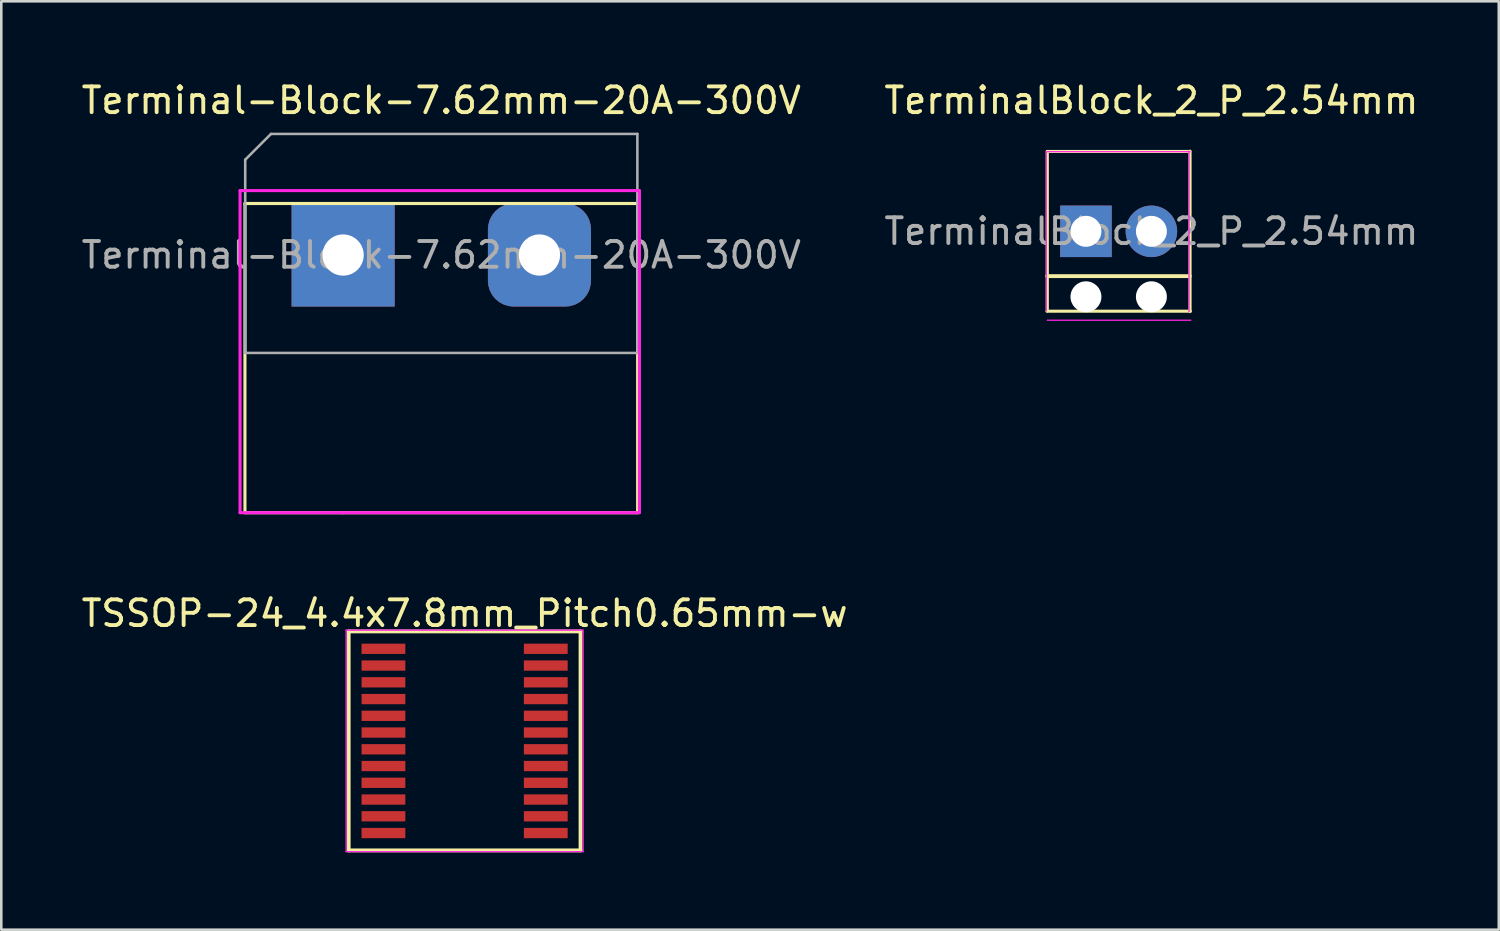
<source format=kicad_pcb>
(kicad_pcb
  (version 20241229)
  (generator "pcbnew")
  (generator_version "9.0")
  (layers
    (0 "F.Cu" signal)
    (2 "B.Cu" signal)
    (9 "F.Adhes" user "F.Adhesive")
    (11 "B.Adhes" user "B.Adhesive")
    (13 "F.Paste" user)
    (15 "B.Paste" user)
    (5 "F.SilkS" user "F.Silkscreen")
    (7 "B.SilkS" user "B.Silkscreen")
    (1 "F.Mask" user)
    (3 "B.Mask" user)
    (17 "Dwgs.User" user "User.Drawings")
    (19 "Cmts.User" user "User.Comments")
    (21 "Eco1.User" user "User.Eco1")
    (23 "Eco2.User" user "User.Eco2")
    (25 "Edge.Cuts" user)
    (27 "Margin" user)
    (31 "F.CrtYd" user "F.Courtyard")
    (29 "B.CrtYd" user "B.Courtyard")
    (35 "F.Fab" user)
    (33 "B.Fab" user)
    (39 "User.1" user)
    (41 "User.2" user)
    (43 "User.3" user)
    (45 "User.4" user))
  (footprint "Terminal-Block-7.62mm-20A-300V"
    (layer "F.Cu")
    (at 10.267 6.848)
    (property "Reference" "Terminal-Block-7.62mm-20A-300V" (at 3.81 -6 0) (layer "F.SilkS") (effects (font (size 1 1) (thickness 0.15))))
    (attr through_hole)
    (fp_line (start -3.81 -2) (end -3.81 10) (stroke (width 0.12) (type solid)) (layer "F.SilkS"))
    (fp_line (start 0 -2) (end -3.81 -2) (stroke (width 0.12) (type solid)) (layer "F.SilkS"))
    (fp_line (start 0 10) (end -3.81 10) (stroke (width 0.12) (type solid)) (layer "F.SilkS"))
    (fp_line (start 11.43 -2) (end 0 -2) (stroke (width 0.12) (type solid)) (layer "F.SilkS"))
    (fp_line (start 11.43 -2) (end 11.43 10) (stroke (width 0.12) (type solid)) (layer "F.SilkS"))
    (fp_line (start 11.43 10) (end 0 10) (stroke (width 0.12) (type solid)) (layer "F.SilkS"))
    (fp_line (start -4 -2.5) (end 11.5 -2.5) (stroke (width 0.12) (type solid)) (layer "F.CrtYd"))
    (fp_line (start -4 10) (end -4 -2.5) (stroke (width 0.12) (type solid)) (layer "F.CrtYd"))
    (fp_line (start 11.5 -2.5) (end 11.5 10) (stroke (width 0.12) (type solid)) (layer "F.CrtYd"))
    (fp_line (start 11.5 10) (end -4 10) (stroke (width 0.12) (type solid)) (layer "F.CrtYd"))
    (fp_line (start -3.8 -3.7) (end -2.8 -4.7) (stroke (width 0.1) (type solid)) (layer "F.Fab"))
    (fp_line (start -3.8 3.8) (end -3.8 -3.7) (stroke (width 0.1) (type solid)) (layer "F.Fab"))
    (fp_line (start -2.8 -4.7) (end 11.42 -4.7) (stroke (width 0.1) (type solid)) (layer "F.Fab"))
    (fp_line (start 11.42 -4.7) (end 11.42 3.8) (stroke (width 0.1) (type solid)) (layer "F.Fab"))
    (fp_line (start 11.42 3.8) (end -3.8 3.8) (stroke (width 0.1) (type solid)) (layer "F.Fab"))
    (fp_text user "${REFERENCE}" (at 3.81 0 0) (layer "F.Fab") (effects (font (size 1 1) (thickness 0.15))))
    (pad "1" thru_hole rect (at 0 0) (size 4 4) (drill 1.6) (layers "*.Cu" "*.Mask"))
    (pad "2" thru_hole roundrect (at 7.62 0) (size 4 4) (drill 1.6) (layers "*.Cu" "*.Mask") (roundrect_rratio 0.25)))
  (footprint "TSSOP-24_4.4x7.8mm_Pitch0.65mm-w"
    (layer "F.Cu")
    (at 14.982 25.706)
    (property "Reference" "TSSOP-24_4.4x7.8mm_Pitch0.65mm-w" (at 0 -4.95 0) (layer "F.SilkS") (effects (font (size 1 1) (thickness 0.15))))
    (attr smd)
    (fp_line (start -4.5 -4.25) (end 4.5 -4.25) (stroke (width 0.15) (type solid)) (layer "F.SilkS"))
    (fp_line (start -4.5 4.25) (end -4.5 -4.25) (stroke (width 0.15) (type solid)) (layer "F.SilkS"))
    (fp_line (start 4.5 -4.25) (end 4.5 4.25) (stroke (width 0.15) (type solid)) (layer "F.SilkS"))
    (fp_line (start 4.5 4.25) (end -4.5 4.25) (stroke (width 0.15) (type solid)) (layer "F.SilkS"))
    (fp_line (start -4.6 -4.3) (end -4.6 4.3) (stroke (width 0.05) (type solid)) (layer "F.CrtYd"))
    (fp_line (start -4.6 -4.3) (end 4.6 -4.3) (stroke (width 0.05) (type solid)) (layer "F.CrtYd"))
    (fp_line (start -4.6 4.3) (end 4.6 4.3) (stroke (width 0.05) (type solid)) (layer "F.CrtYd"))
    (fp_line (start 4.6 -4.3) (end 4.6 4.3) (stroke (width 0.05) (type solid)) (layer "F.CrtYd"))
    (pad "1" smd rect (at -3.15 -3.575) (size 1.7 0.4) (layers "F.Cu" "F.Mask" "F.Paste"))
    (pad "2" smd rect (at -3.15 -2.925) (size 1.7 0.4) (layers "F.Cu" "F.Mask" "F.Paste"))
    (pad "3" smd rect (at -3.15 -2.275) (size 1.7 0.4) (layers "F.Cu" "F.Mask" "F.Paste"))
    (pad "4" smd rect (at -3.15 -1.625) (size 1.7 0.4) (layers "F.Cu" "F.Mask" "F.Paste"))
    (pad "5" smd rect (at -3.15 -0.975) (size 1.7 0.4) (layers "F.Cu" "F.Mask" "F.Paste"))
    (pad "6" smd rect (at -3.15 -0.325) (size 1.7 0.4) (layers "F.Cu" "F.Mask" "F.Paste"))
    (pad "7" smd rect (at -3.15 0.325) (size 1.7 0.4) (layers "F.Cu" "F.Mask" "F.Paste"))
    (pad "8" smd rect (at -3.15 0.975) (size 1.7 0.4) (layers "F.Cu" "F.Mask" "F.Paste"))
    (pad "9" smd rect (at -3.15 1.625) (size 1.7 0.4) (layers "F.Cu" "F.Mask" "F.Paste"))
    (pad "10" smd rect (at -3.15 2.275) (size 1.7 0.4) (layers "F.Cu" "F.Mask" "F.Paste"))
    (pad "11" smd rect (at -3.15 2.925) (size 1.7 0.4) (layers "F.Cu" "F.Mask" "F.Paste"))
    (pad "12" smd rect (at -3.15 3.575) (size 1.7 0.4) (layers "F.Cu" "F.Mask" "F.Paste"))
    (pad "13" smd rect (at 3.15 3.575) (size 1.7 0.4) (layers "F.Cu" "F.Mask" "F.Paste"))
    (pad "14" smd rect (at 3.15 2.925) (size 1.7 0.4) (layers "F.Cu" "F.Mask" "F.Paste"))
    (pad "15" smd rect (at 3.15 2.275) (size 1.7 0.4) (layers "F.Cu" "F.Mask" "F.Paste"))
    (pad "16" smd rect (at 3.15 1.625) (size 1.7 0.4) (layers "F.Cu" "F.Mask" "F.Paste"))
    (pad "17" smd rect (at 3.15 0.975) (size 1.7 0.4) (layers "F.Cu" "F.Mask" "F.Paste"))
    (pad "18" smd rect (at 3.15 0.325) (size 1.7 0.4) (layers "F.Cu" "F.Mask" "F.Paste"))
    (pad "19" smd rect (at 3.15 -0.325) (size 1.7 0.4) (layers "F.Cu" "F.Mask" "F.Paste"))
    (pad "20" smd rect (at 3.15 -0.975) (size 1.7 0.4) (layers "F.Cu" "F.Mask" "F.Paste"))
    (pad "21" smd rect (at 3.15 -1.625) (size 1.7 0.4) (layers "F.Cu" "F.Mask" "F.Paste"))
    (pad "22" smd rect (at 3.15 -2.275) (size 1.7 0.4) (layers "F.Cu" "F.Mask" "F.Paste"))
    (pad "23" smd rect (at 3.15 -2.925) (size 1.7 0.4) (layers "F.Cu" "F.Mask" "F.Paste"))
    (pad "24" smd rect (at 3.15 -3.575) (size 1.7 0.4) (layers "F.Cu" "F.Mask" "F.Paste")))
  (footprint "TerminalBlock_2_P_2.54mm"
    (layer "F.Cu")
    (at 39.097 5.928)
    (property "Reference" "TerminalBlock_2_P_2.54mm" (at 2.54 -5.08 0) (layer "F.SilkS") (effects (font (size 1 1) (thickness 0.15))))
    (attr through_hole)
    (fp_line (start -1.51 1.74) (end 4.03 1.74) (stroke (width 0.15) (type solid)) (layer "F.SilkS"))
    (fp_line (start -1.5 -3.101) (end -1.5 3.09) (stroke (width 0.12) (type solid)) (layer "F.SilkS"))
    (fp_line (start 4.03 -3.1) (end -1.5 -3.1) (stroke (width 0.12) (type solid)) (layer "F.SilkS"))
    (fp_line (start 4.04 3.11) (end 4.04 -3.11) (stroke (width 0.12) (type solid)) (layer "F.SilkS"))
    (fp_line (start 4.05 3.1) (end -1.51 3.1) (stroke (width 0.12) (type solid)) (layer "F.SilkS"))
    (fp_line (start -1.54 -3.091) (end -1.54 3.09) (stroke (width 0.05) (type solid)) (layer "F.CrtYd"))
    (fp_line (start -1.53 -3.09) (end 4.04 -3.09) (stroke (width 0.05) (type solid)) (layer "F.CrtYd"))
    (fp_line (start 4 3.12) (end 4 -3.11) (stroke (width 0.05) (type solid)) (layer "F.CrtYd"))
    (fp_line (start 4.07 3.45) (end -1.5 3.45) (stroke (width 0.05) (type solid)) (layer "F.CrtYd"))
    (fp_text user "${REFERENCE}" (at 2.54 0 0) (layer "F.Fab") (effects (font (size 1 1) (thickness 0.15))))
    (pad "" np_thru_hole circle (at 0 2.54) (size 1.2 1.2) (drill 1.2) (layers "*.Cu" "*.Mask"))
    (pad "" np_thru_hole circle (at 2.54 2.54) (size 1.2 1.2) (drill 1.2) (layers "*.Cu" "*.Mask"))
    (pad "1" thru_hole rect (at 0 0) (size 2 2) (drill 1.2) (layers "*.Cu" "*.Mask"))
    (pad "2" thru_hole circle (at 2.54 0) (size 2 2) (drill 1.2) (layers "*.Cu" "*.Mask")))
  (gr_rect
    (start -3 -3)
    (end 55.119 33.032)
    (stroke (width 0.1) (type default))
    (fill no)
    (layer "Edge.Cuts")))
</source>
